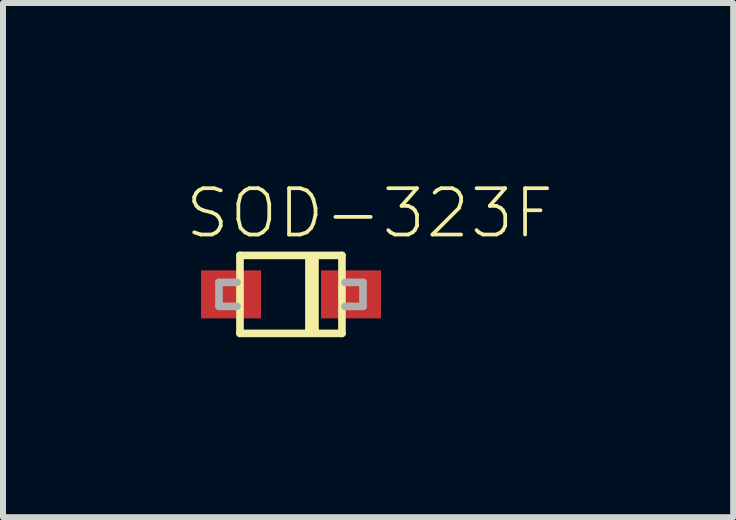
<source format=kicad_pcb>
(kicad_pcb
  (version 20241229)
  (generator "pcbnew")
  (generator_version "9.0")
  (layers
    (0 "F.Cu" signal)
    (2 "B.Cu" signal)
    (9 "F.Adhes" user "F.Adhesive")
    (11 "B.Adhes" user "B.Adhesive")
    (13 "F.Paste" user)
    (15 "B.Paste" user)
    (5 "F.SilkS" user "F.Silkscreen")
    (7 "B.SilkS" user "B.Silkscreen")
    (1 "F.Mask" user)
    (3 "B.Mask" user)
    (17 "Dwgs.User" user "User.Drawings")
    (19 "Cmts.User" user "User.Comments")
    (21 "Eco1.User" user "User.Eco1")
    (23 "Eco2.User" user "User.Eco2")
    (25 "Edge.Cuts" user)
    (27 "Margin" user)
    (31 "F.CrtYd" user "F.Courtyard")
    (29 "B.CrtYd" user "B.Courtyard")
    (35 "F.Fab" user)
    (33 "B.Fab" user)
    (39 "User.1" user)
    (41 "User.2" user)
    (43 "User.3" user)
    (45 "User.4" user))
  (footprint "SOD-323F"
    (layer "F.Cu")
    (at 1.8 1.857)
    (property "Reference" "SOD-323F" (at -1.8 -0.9 0) (layer "F.SilkS") (effects (font (size 0.772 0.772) (thickness 0.062)) (justify left bottom)))
    (attr through_hole)
    (fp_line (start -0.85 -0.65) (end 0.85 -0.65) (stroke (width 0.127) (type solid)) (layer "F.SilkS"))
    (fp_line (start -0.85 0.65) (end -0.85 -0.65) (stroke (width 0.127) (type solid)) (layer "F.SilkS"))
    (fp_line (start 0.3 0.6) (end 0.3 -0.6) (stroke (width 0.127) (type solid)) (layer "F.SilkS"))
    (fp_line (start 0.4 -0.6) (end 0.4 0.6) (stroke (width 0.127) (type solid)) (layer "F.SilkS"))
    (fp_line (start 0.4 0.6) (end 0.3 0.6) (stroke (width 0.127) (type solid)) (layer "F.SilkS"))
    (fp_line (start 0.85 -0.65) (end 0.85 0.65) (stroke (width 0.127) (type solid)) (layer "F.SilkS"))
    (fp_line (start 0.85 0.65) (end -0.85 0.65) (stroke (width 0.127) (type solid)) (layer "F.SilkS"))
    (fp_line (start -1.2 -0.2) (end -1.2 0.2) (stroke (width 0.127) (type solid)) (layer "F.Fab"))
    (fp_line (start -1.2 0.2) (end -0.9 0.2) (stroke (width 0.127) (type solid)) (layer "F.Fab"))
    (fp_line (start -0.9 -0.2) (end -1.2 -0.2) (stroke (width 0.127) (type solid)) (layer "F.Fab"))
    (fp_line (start 0.9 -0.2) (end 1.2 -0.2) (stroke (width 0.127) (type solid)) (layer "F.Fab"))
    (fp_line (start 1.2 -0.2) (end 1.2 0.2) (stroke (width 0.127) (type solid)) (layer "F.Fab"))
    (fp_line (start 1.2 0.2) (end 0.9 0.2) (stroke (width 0.127) (type solid)) (layer "F.Fab"))
    (pad "A" smd rect (at -1 0) (size 1 0.8) (layers "F.Cu" "F.Mask" "F.Paste"))
    (pad "C" smd rect (at 1 0) (size 1 0.8) (layers "F.Cu" "F.Mask" "F.Paste")))
  (gr_rect
    (start -3 -3)
    (end 9.171 5.571)
    (stroke (width 0.1) (type default))
    (fill no)
    (layer "Edge.Cuts")))
</source>
